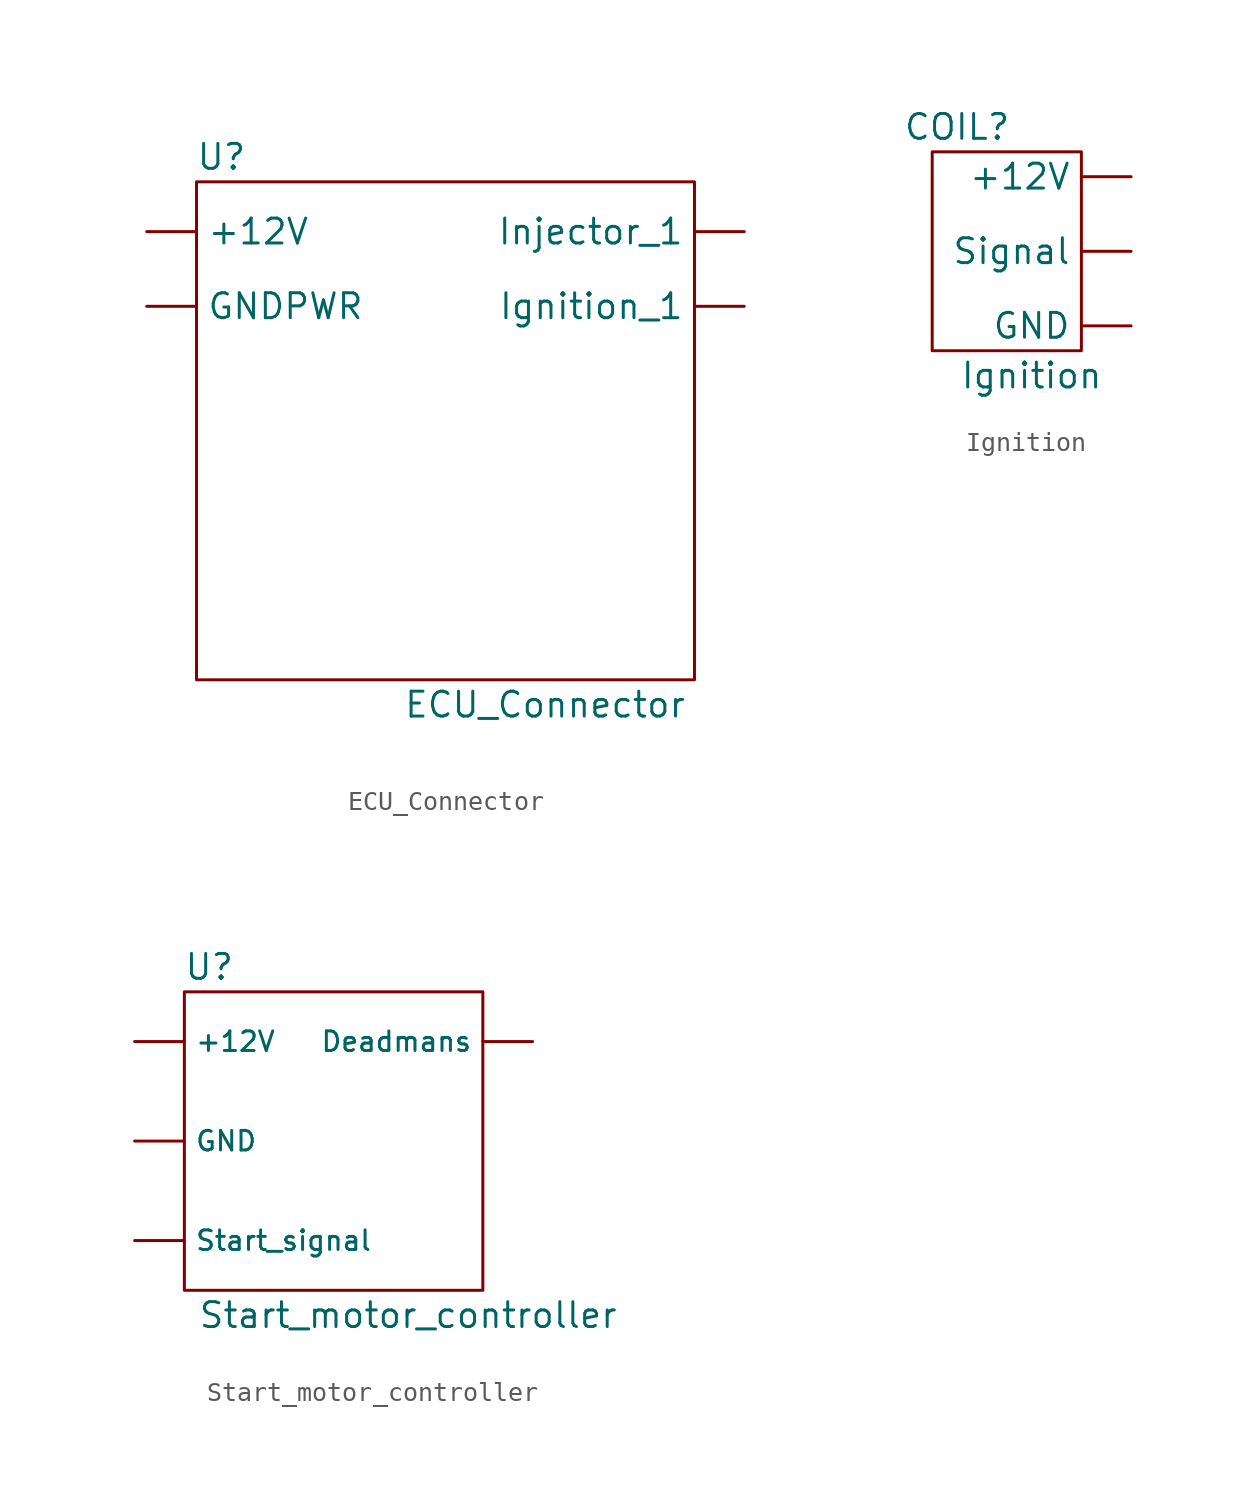
<source format=kicad_sym>
(kicad_symbol_lib
  (version 20211014)
  (generator kicad_symbol_editor)
  (symbol "ECU_Connector"
    (property "Reference" "U"
      (at -11.43 13.97 0)
      (effects (font (size 1.27 1.27))))
    (property "Value" "ECU_Connector"
      (at 5.08 -13.97 0)
      (effects (font (size 1.27 1.27))))
    (symbol "ECU_Connector_0_1"
      (rectangle (start -12.7 12.7) (end 12.7 -12.7) (stroke (width 0) (type default) (color 0 0 0 0)) (fill (type none))))
    (symbol "ECU_Connector_1_1"
      (pin input line (at -15.24 10.16 0) (length 2.54) (name "+12V" (effects (font (size 1.27 1.27)))) (number "" (effects (font (size 1.27 1.27)))))
      (pin input line (at -15.24 6.35 0) (length 2.54) (name "GNDPWR" (effects (font (size 1.27 1.27)))) (number "" (effects (font (size 1.27 1.27)))))
      (pin output line (at 15.24 6.35 180) (length 2.54) (name "Ignition_1" (effects (font (size 1.27 1.27)))) (number "" (effects (font (size 1.27 1.27)))))
      (pin output line (at 15.24 10.16 180) (length 2.54) (name "Injector_1" (effects (font (size 1.27 1.27)))) (number "" (effects (font (size 1.27 1.27)))))))
  (symbol "Ignition"
    (property "Reference" "COIL"
      (at -2.54 6.35 0)
      (effects (font (size 1.27 1.27))))
    (property "Value" "Ignition"
      (at 1.27 -6.35 0)
      (effects (font (size 1.27 1.27))))
    (symbol "Ignition_0_1"
      (rectangle (start -3.81 5.08) (end 3.81 -5.08) (stroke (width 0) (type default) (color 0 0 0 0)) (fill (type none))))
    (symbol "Ignition_1_1"
      (pin input line (at 6.35 3.81 180) (length 2.54) (name "+12V" (effects (font (size 1.27 1.27)))) (number "" (effects (font (size 1.27 1.27)))))
      (pin input line (at 6.35 -3.81 180) (length 2.54) (name "GND" (effects (font (size 1.27 1.27)))) (number "" (effects (font (size 1.27 1.27)))))
      (pin input line (at 6.35 0 180) (length 2.54) (name "Signal" (effects (font (size 1.27 1.27)))) (number "" (effects (font (size 1.27 1.27)))))))
  (symbol "Start_motor_controller"
    (property "Reference" "U"
      (at -6.35 8.89 0)
      (effects (font (size 1.27 1.27))))
    (property "Value" "Start_motor_controller"
      (at 3.81 -8.89 0)
      (effects (font (size 1.27 1.27))))
    (symbol "Start_motor_controller_0_1"
      (rectangle (start -7.62 7.62) (end 7.62 -7.62) (stroke (width 0) (type default) (color 0 0 0 0)) (fill (type none))))
    (symbol "Start_motor_controller_1_1"
      (pin input line (at -10.16 5.08 0) (length 2.54) (name "+12V" (effects (font (size 1 1)))) (number "" (effects (font (size 1.27 1.27)))))
      (pin input line (at 10.16 5.08 180) (length 2.54) (name "Deadmans" (effects (font (size 1 1)))) (number "" (effects (font (size 1.27 1.27)))))
      (pin input line (at -10.16 0 0) (length 2.54) (name "GND" (effects (font (size 1 1)))) (number "" (effects (font (size 1.27 1.27)))))
      (pin output line (at -10.16 -5.08 0) (length 2.54) (name "Start_signal" (effects (font (size 1 1)))) (number "" (effects (font (size 1.27 1.27))))))))
</source>
